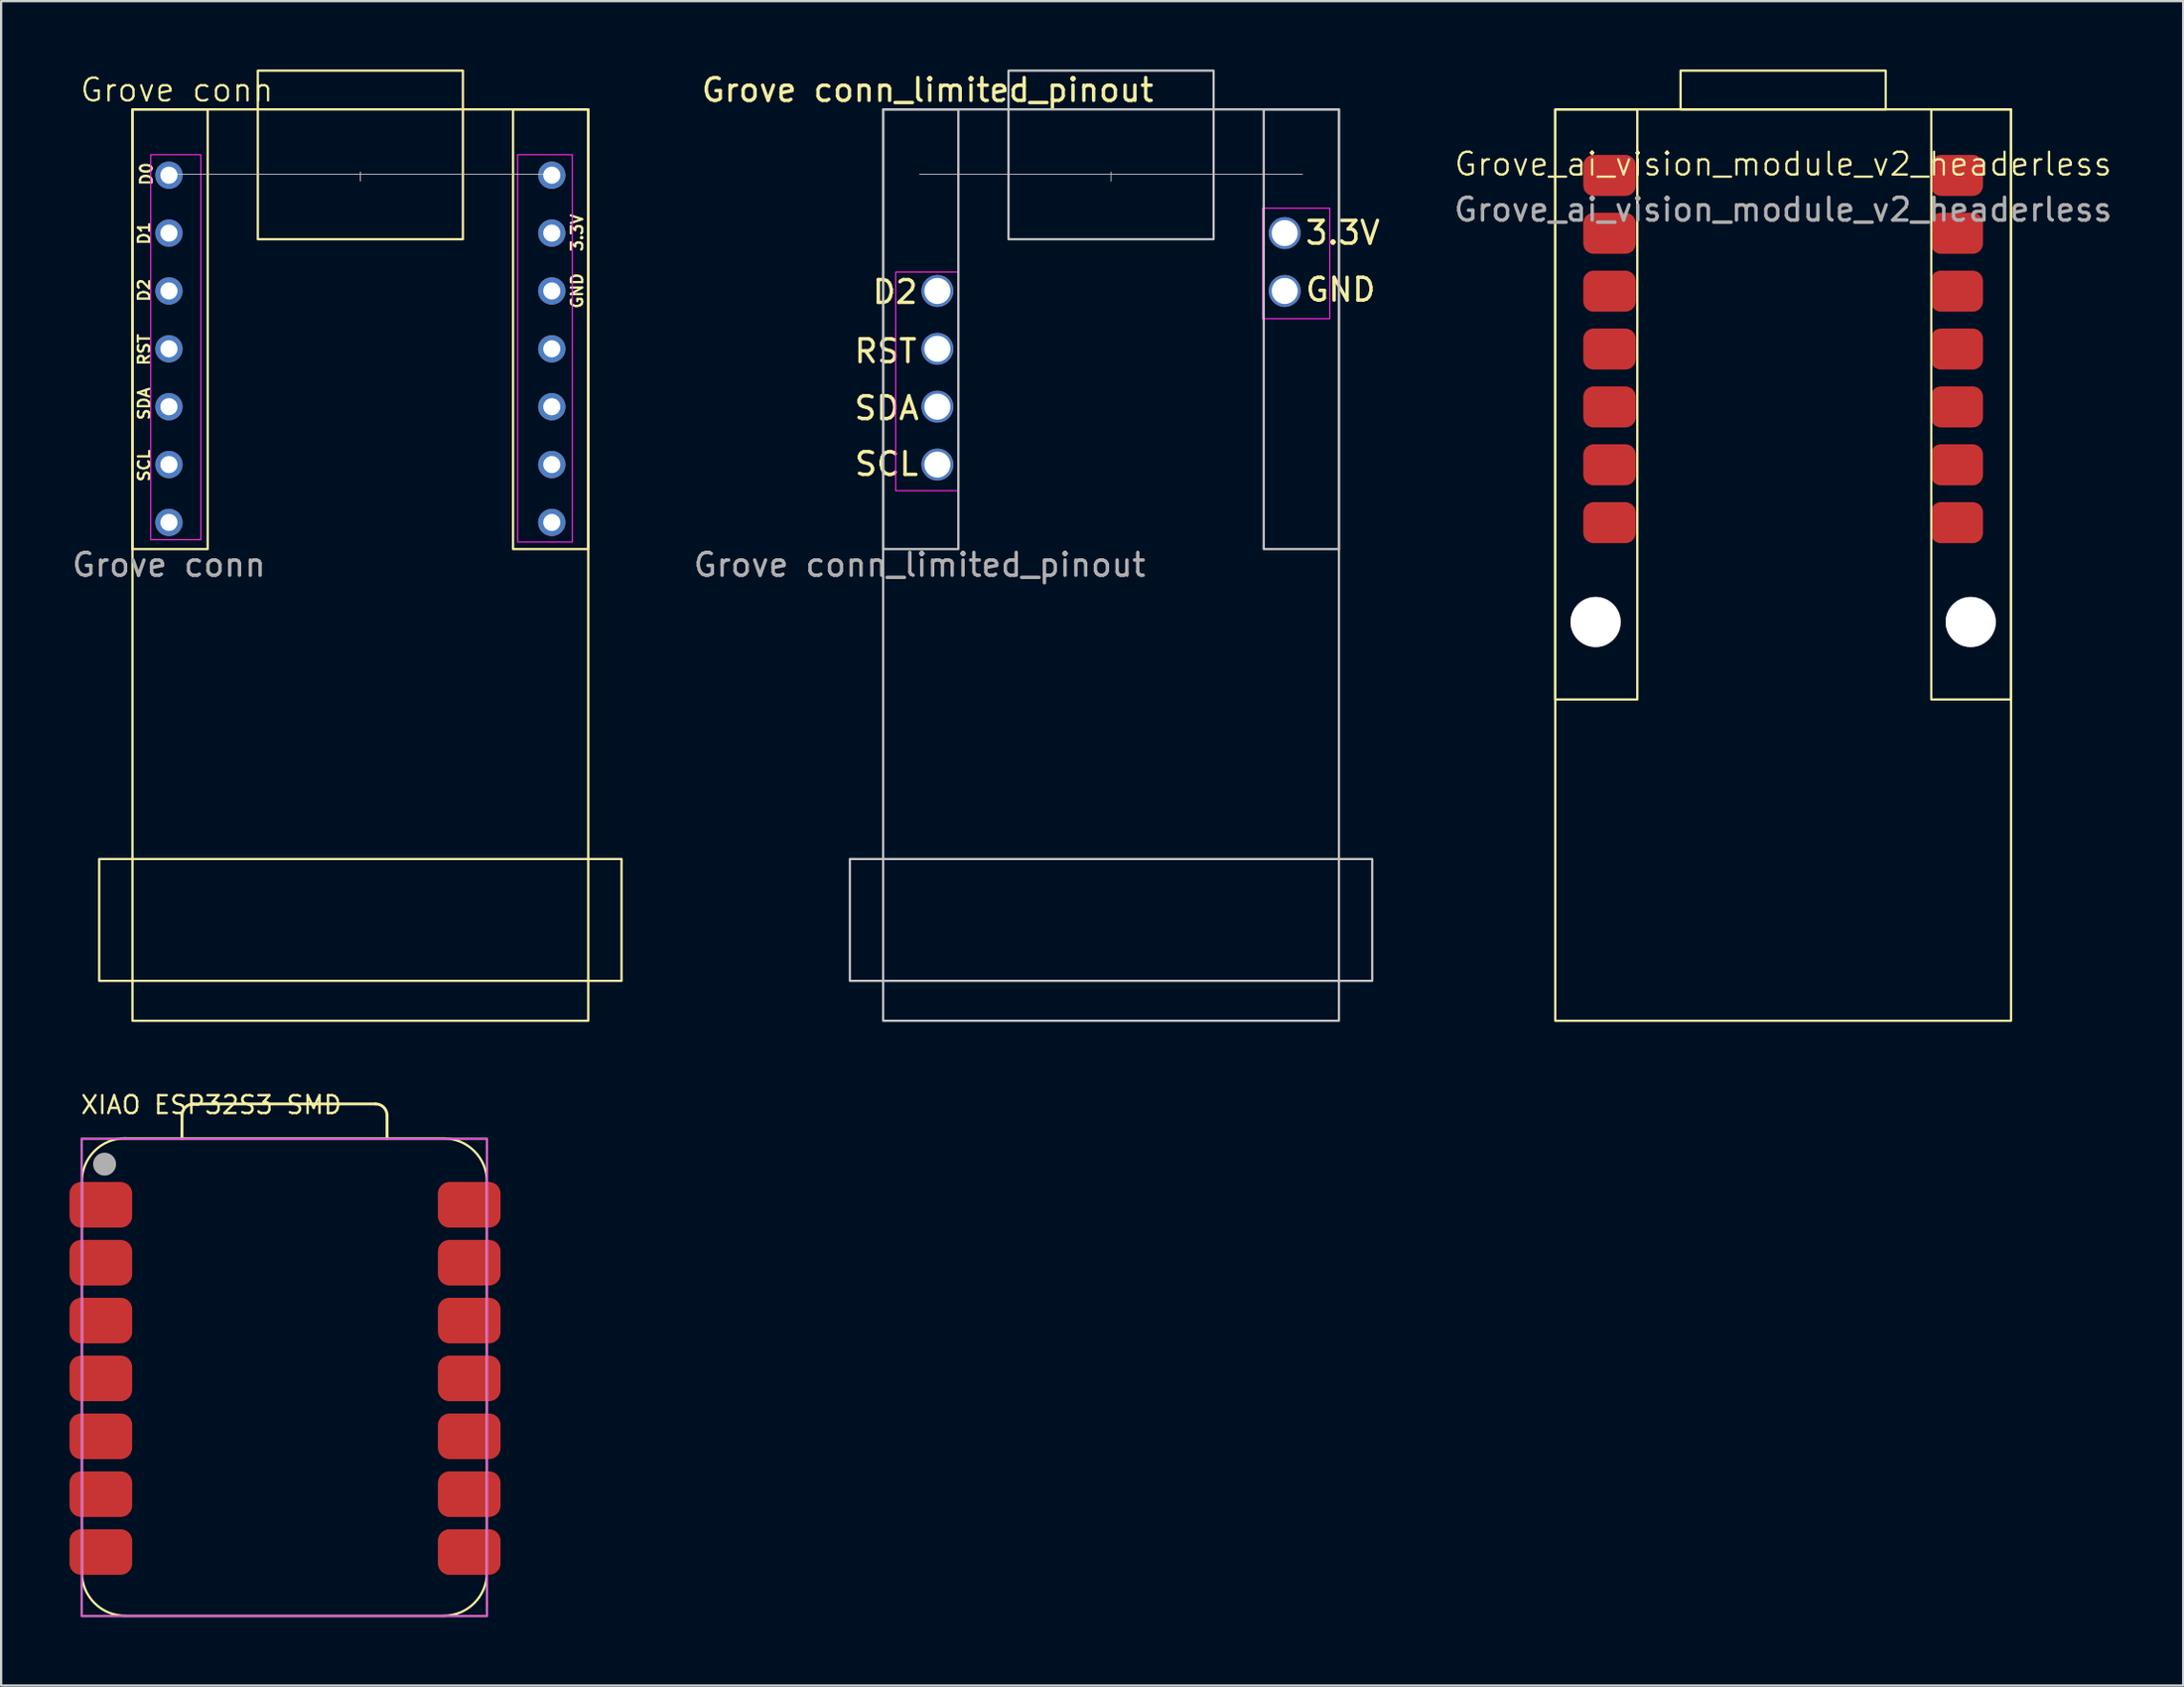
<source format=kicad_pcb>
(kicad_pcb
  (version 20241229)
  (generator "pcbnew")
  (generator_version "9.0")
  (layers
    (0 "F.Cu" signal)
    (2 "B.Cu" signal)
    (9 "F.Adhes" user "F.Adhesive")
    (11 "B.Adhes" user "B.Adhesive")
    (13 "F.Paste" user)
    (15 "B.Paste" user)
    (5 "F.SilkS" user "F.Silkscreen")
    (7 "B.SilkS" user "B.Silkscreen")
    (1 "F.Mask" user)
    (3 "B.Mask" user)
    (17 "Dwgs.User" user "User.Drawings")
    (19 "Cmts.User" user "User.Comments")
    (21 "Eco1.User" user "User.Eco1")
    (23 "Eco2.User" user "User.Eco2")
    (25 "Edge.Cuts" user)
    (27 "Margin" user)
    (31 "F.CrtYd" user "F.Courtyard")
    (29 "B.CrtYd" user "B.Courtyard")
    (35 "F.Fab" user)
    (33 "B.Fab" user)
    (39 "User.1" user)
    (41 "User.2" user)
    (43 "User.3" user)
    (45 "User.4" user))
  (footprint "Grove_ai_vision_module_v2_headerless"
    (layer "F.Cu")
    (at 75.195 4.65)
    (property "Reference" "Grove_ai_vision_module_v2_headerless" (at 0 -0.5 0) (unlocked yes) (layer "F.SilkS") (effects (font (size 1 1) (thickness 0.1))))
    (attr smd)
    (fp_rect (start -10 -2.9) (end -6.4 23) (stroke (width 0.1) (type default)) (fill no) (layer "F.SilkS"))
    (fp_rect (start -10 -2.9) (end 10 37.1) (stroke (width 0.1) (type default)) (fill no) (layer "F.SilkS"))
    (fp_rect (start -4.5 -2.9) (end 4.5 -4.6) (stroke (width 0.1) (type default)) (fill no) (layer "F.SilkS"))
    (fp_rect (start 10 -2.9) (end 6.5 23) (stroke (width 0.1) (type default)) (fill no) (layer "F.SilkS"))
    (fp_text user "${REFERENCE}" (at 0 1.5 0) (unlocked yes) (layer "F.Fab") (effects (font (size 1 1) (thickness 0.15))))
    (pad "" thru_hole circle (at -8.23 19.6) (size 2.2 2.2) (drill 2.2) (layers "*.Cu" "*.Mask"))
    (pad "" thru_hole circle (at 8.23 19.6) (size 2.2 2.2) (drill 2.2) (layers "*.Cu" "*.Mask"))
    (pad "1" smd roundrect (at -7.62 0) (size 2.3 1.8) (layers "F.Cu" "F.Mask" "F.Paste") (roundrect_rratio 0.25))
    (pad "2" smd roundrect (at -7.62 2.54) (size 2.3 1.8) (layers "F.Cu" "F.Mask" "F.Paste") (roundrect_rratio 0.25))
    (pad "3" smd roundrect (at -7.62 5.08) (size 2.3 1.8) (layers "F.Cu" "F.Mask" "F.Paste") (roundrect_rratio 0.25))
    (pad "4" smd roundrect (at -7.62 7.62) (size 2.3 1.8) (layers "F.Cu" "F.Mask" "F.Paste") (roundrect_rratio 0.25))
    (pad "5" smd roundrect (at -7.62 10.16) (size 2.3 1.8) (layers "F.Cu" "F.Mask" "F.Paste") (roundrect_rratio 0.25))
    (pad "6" smd roundrect (at -7.62 12.7) (size 2.3 1.8) (layers "F.Cu" "F.Mask" "F.Paste") (roundrect_rratio 0.25))
    (pad "7" smd roundrect (at -7.62 15.24) (size 2.3 1.8) (layers "F.Cu" "F.Mask" "F.Paste") (roundrect_rratio 0.25))
    (pad "8" smd roundrect (at 7.62 15.24) (size 2.3 1.8) (layers "F.Cu" "F.Mask" "F.Paste") (roundrect_rratio 0.25))
    (pad "9" smd roundrect (at 7.62 12.7) (size 2.3 1.8) (layers "F.Cu" "F.Mask" "F.Paste") (roundrect_rratio 0.25))
    (pad "10" smd roundrect (at 7.62 10.16) (size 2.3 1.8) (layers "F.Cu" "F.Mask" "F.Paste") (roundrect_rratio 0.25))
    (pad "11" smd roundrect (at 7.62 7.62) (size 2.3 1.8) (layers "F.Cu" "F.Mask" "F.Paste") (roundrect_rratio 0.25))
    (pad "12" smd roundrect (at 7.62 5.08) (size 2.3 1.8) (layers "F.Cu" "F.Mask" "F.Paste") (roundrect_rratio 0.25))
    (pad "13" smd roundrect (at 7.62 2.54) (size 2.3 1.8) (layers "F.Cu" "F.Mask" "F.Paste") (roundrect_rratio 0.25))
    (pad "14" smd roundrect (at 7.62 0) (size 2.3 1.8) (layers "F.Cu" "F.Mask" "F.Paste") (roundrect_rratio 0.25)))
  (footprint "XIAO ESP32S3 SMD"
    (layer "F.Cu")
    (at 9.436 57.402)
    (property "Reference" "XIAO ESP32S3 SMD" (at -9 -11.5 0) (layer "F.SilkS") (effects (font (size 0.782 0.782) (thickness 0.107)) (justify left bottom)))
    (fp_line (start -8.896 8.56) (end -8.896 -8.585) (stroke (width 0.1) (type solid)) (layer "F.SilkS"))
    (fp_line (start -6.991 10.465) (end 6.979 10.465) (stroke (width 0.1) (type solid)) (layer "F.SilkS"))
    (fp_line (start -4.501 -10.49) (end -4.498 -11.5) (stroke (width 0.127) (type solid)) (layer "F.SilkS"))
    (fp_line (start -3.998 -12) (end 3.998 -12) (stroke (width 0.127) (type solid)) (layer "F.SilkS"))
    (fp_line (start 4.498 -11.5) (end 4.498 -10.49) (stroke (width 0.127) (type solid)) (layer "F.SilkS"))
    (fp_line (start 6.979 -10.49) (end -6.991 -10.49) (stroke (width 0.1) (type solid)) (layer "F.SilkS"))
    (fp_line (start 8.884 8.56) (end 8.884 -8.585) (stroke (width 0.1) (type solid)) (layer "F.SilkS"))
    (fp_arc (start -8.896364 -8.589) (mid -8.338402 -9.936038) (end -6.991364 -10.494) (stroke (width 0.1) (type solid)) (layer "F.SilkS"))
    (fp_arc (start -6.991364 10.465) (mid -8.338402 9.907038) (end -8.896364 8.56) (stroke (width 0.1) (type solid)) (layer "F.SilkS"))
    (fp_arc (start -4.497636 -11.500272) (mid -4.351088 -11.853644) (end -3.997636 -12) (stroke (width 0.127) (type default)) (layer "F.SilkS"))
    (fp_arc (start 3.997636 -12) (mid 4.351189 -11.853553) (end 4.497636 -11.5) (stroke (width 0.127) (type default)) (layer "F.SilkS"))
    (fp_arc (start 6.978636 -10.49) (mid 8.325674 -9.932038) (end 8.883636 -8.585) (stroke (width 0.1) (type solid)) (layer "F.SilkS"))
    (fp_arc (start 8.883636 8.56) (mid 8.325674 9.907038) (end 6.978636 10.465) (stroke (width 0.1) (type solid)) (layer "F.SilkS"))
    (fp_rect (start -8.899 -10.475) (end 8.891 10.473) (stroke (width 0.05) (type default)) (fill no) (layer "F.CrtYd"))
    (fp_rect (start -8.901 -10.475) (end 8.883 10.476) (stroke (width 0.1) (type default)) (fill no) (layer "F.Fab"))
    (fp_circle (center -7.897 -9.358) (end -7.897 -9.612) (stroke (width 0.5) (type solid)) (fill no) (layer "F.Fab"))
    (pad "1" smd roundrect (at -8.061 -7.573) (size 2.75 2) (layers "F.Cu" "F.Mask" "F.Paste") (roundrect_rratio 0.25))
    (pad "2" smd roundrect (at -8.061 -5.033) (size 2.75 2) (layers "F.Cu" "F.Mask" "F.Paste") (roundrect_rratio 0.25))
    (pad "3" smd roundrect (at -8.061 -2.493) (size 2.75 2) (layers "F.Cu" "F.Mask" "F.Paste") (roundrect_rratio 0.25))
    (pad "4" smd roundrect (at -8.061 0.047) (size 2.75 2) (layers "F.Cu" "F.Mask" "F.Paste") (roundrect_rratio 0.25))
    (pad "5" smd roundrect (at -8.061 2.587) (size 2.75 2) (layers "F.Cu" "F.Mask" "F.Paste") (roundrect_rratio 0.25))
    (pad "6" smd roundrect (at -8.061 5.127) (size 2.75 2) (layers "F.Cu" "F.Mask" "F.Paste") (roundrect_rratio 0.25))
    (pad "7" smd roundrect (at -8.061 7.667) (size 2.75 2) (layers "F.Cu" "F.Mask" "F.Paste") (roundrect_rratio 0.25))
    (pad "8" smd roundrect (at 8.104 7.667) (size 2.75 2) (layers "F.Cu" "F.Mask" "F.Paste") (roundrect_rratio 0.25))
    (pad "9" smd roundrect (at 8.104 5.127) (size 2.75 2) (layers "F.Cu" "F.Mask" "F.Paste") (roundrect_rratio 0.25))
    (pad "10" smd roundrect (at 8.104 2.587) (size 2.75 2) (layers "F.Cu" "F.Mask" "F.Paste") (roundrect_rratio 0.25))
    (pad "11" smd roundrect (at 8.104 0.047) (size 2.75 2) (layers "F.Cu" "F.Mask" "F.Paste") (roundrect_rratio 0.25))
    (pad "12" smd roundrect (at 8.104 -2.493) (size 2.75 2) (layers "F.Cu" "F.Mask" "F.Paste") (roundrect_rratio 0.25))
    (pad "13" smd roundrect (at 8.104 -5.033) (size 2.75 2) (layers "F.Cu" "F.Mask" "F.Paste") (roundrect_rratio 0.25))
    (pad "14" smd roundrect (at 8.104 -7.573) (size 2.75 2) (layers "F.Cu" "F.Mask" "F.Paste") (roundrect_rratio 0.25)))
  (footprint "Grove conn"
    (layer "F.Cu")
    (at 12.763 4.6)
    (property "Reference" "Grove conn" (at -8.05 -3.7 0) (unlocked yes) (layer "F.SilkS") (effects (font (size 1 1) (thickness 0.1))))
    (attr through_hole)
    (fp_rect (start -11.46 30.05) (end 11.46 35.4) (stroke (width 0.1) (type default)) (fill no) (layer "F.SilkS"))
    (fp_rect (start -10 -2.85) (end -6.7 16.45) (stroke (width 0.1) (type default)) (fill no) (layer "F.SilkS"))
    (fp_rect (start -10 -2.85) (end 10 37.15) (stroke (width 0.1) (type default)) (fill no) (layer "F.SilkS"))
    (fp_rect (start -4.5 -4.55) (end 4.5 2.85) (stroke (width 0.1) (type default)) (fill no) (layer "F.SilkS"))
    (fp_rect (start 6.7 -2.85) (end 10 16.45) (stroke (width 0.1) (type default)) (fill no) (layer "F.SilkS"))
    (fp_line (start -8.4 0) (end 8.4 0) (stroke (width 0.04) (type default)) (layer "Dwgs.User"))
    (fp_line (start 0 -0.1) (end 0 0.3) (stroke (width 0.04) (type default)) (layer "Dwgs.User"))
    (fp_rect (start -9.2 -0.86) (end -7 16.04) (stroke (width 0.05) (type default)) (fill no) (layer "F.CrtYd"))
    (fp_rect (start 6.9 -0.86) (end 9.3 16.14) (stroke (width 0.05) (type default)) (fill no) (layer "F.CrtYd"))
    (fp_text user "RST" (at -9.2 8.44 90) (unlocked yes) (layer "F.SilkS") (effects (font (size 0.5 0.5) (thickness 0.1)) (justify left bottom)))
    (fp_text user "SDA" (at -9.2 10.84 90) (unlocked yes) (layer "F.SilkS") (effects (font (size 0.5 0.5) (thickness 0.1)) (justify left bottom)))
    (fp_text user "3.3V" (at 9.8 3.44 90) (unlocked yes) (layer "F.SilkS") (effects (font (size 0.5 0.5) (thickness 0.1)) (justify left bottom)))
    (fp_text user "D1" (at -9.2 3.14 90) (unlocked yes) (layer "F.SilkS") (effects (font (size 0.5 0.5) (thickness 0.1)) (justify left bottom)))
    (fp_text user "D2" (at -9.2 5.64 90) (unlocked yes) (layer "F.SilkS") (effects (font (size 0.5 0.5) (thickness 0.1)) (justify left bottom)))
    (fp_text user "SCL" (at -9.2 13.54 90) (unlocked yes) (layer "F.SilkS") (effects (font (size 0.5 0.5) (thickness 0.1)) (justify left bottom)))
    (fp_text user "GND" (at 9.8 5.94 90) (unlocked yes) (layer "F.SilkS") (effects (font (size 0.5 0.5) (thickness 0.1)) (justify left bottom)))
    (fp_text user "D0" (at -9.1 0.54 90) (unlocked yes) (layer "F.SilkS") (effects (font (size 0.5 0.5) (thickness 0.1)) (justify left bottom)))
    (fp_text user "${REFERENCE}" (at -8.4 17.14 0) (unlocked yes) (layer "F.Fab") (effects (font (size 1 1) (thickness 0.15))))
    (pad "1" thru_hole circle (at -8.4 0.04) (size 1.2 1.2) (drill 0.75) (layers "*.Cu" "*.Mask"))
    (pad "2" thru_hole circle (at -8.4 2.58) (size 1.2 1.2) (drill 0.75) (layers "*.Cu" "*.Mask"))
    (pad "3" thru_hole circle (at -8.4 5.12) (size 1.2 1.2) (drill 0.75) (layers "*.Cu" "*.Mask"))
    (pad "4" thru_hole circle (at -8.4 7.66) (size 1.2 1.2) (drill 0.75) (layers "*.Cu" "*.Mask"))
    (pad "5" thru_hole circle (at -8.4 10.2) (size 1.2 1.2) (drill 0.75) (layers "*.Cu" "*.Mask"))
    (pad "6" thru_hole circle (at -8.4 12.74) (size 1.2 1.2) (drill 0.75) (layers "*.Cu" "*.Mask"))
    (pad "7" thru_hole circle (at -8.4 15.28) (size 1.2 1.2) (drill 0.75) (layers "*.Cu" "*.Mask"))
    (pad "8" thru_hole circle (at 8.4 15.28) (size 1.2 1.2) (drill 0.75) (layers "*.Cu" "*.Mask"))
    (pad "9" thru_hole circle (at 8.4 12.74) (size 1.2 1.2) (drill 0.75) (layers "*.Cu" "*.Mask"))
    (pad "10" thru_hole circle (at 8.4 10.2) (size 1.2 1.2) (drill 0.75) (layers "*.Cu" "*.Mask"))
    (pad "11" thru_hole circle (at 8.4 7.66) (size 1.2 1.2) (drill 0.75) (layers "*.Cu" "*.Mask"))
    (pad "12" thru_hole circle (at 8.4 5.12) (size 1.2 1.2) (drill 0.75) (layers "*.Cu" "*.Mask"))
    (pad "13" thru_hole circle (at 8.4 2.58) (size 1.2 1.2) (drill 0.75) (layers "*.Cu" "*.Mask"))
    (pad "14" thru_hole circle (at 8.4 0.04) (size 1.2 1.2) (drill 0.75) (layers "*.Cu" "*.Mask")))
  (footprint "Grove conn_limited_pinout"
    (layer "F.Cu")
    (at 45.703 4.6)
    (property "Reference" "Grove conn_limited_pinout" (at -8.05 -3.7 0) (unlocked yes) (layer "F.SilkS") (effects (font (size 1 1) (thickness 0.15))))
    (attr through_hole)
    (fp_line (start -8.4 0) (end 8.4 0) (stroke (width 0.04) (type default)) (layer "Dwgs.User"))
    (fp_line (start 0 -0.1) (end 0 0.3) (stroke (width 0.04) (type default)) (layer "Dwgs.User"))
    (fp_rect (start -11.46 30.05) (end 11.46 35.4) (stroke (width 0.1) (type default)) (fill no) (layer "Dwgs.User"))
    (fp_rect (start -10 -2.85) (end -6.7 16.45) (stroke (width 0.1) (type default)) (fill no) (layer "Dwgs.User"))
    (fp_rect (start -10 -2.85) (end 10 37.15) (stroke (width 0.1) (type default)) (fill no) (layer "Dwgs.User"))
    (fp_rect (start -4.5 -4.55) (end 4.5 2.85) (stroke (width 0.1) (type default)) (fill no) (layer "Dwgs.User"))
    (fp_rect (start 6.7 -2.85) (end 10 16.45) (stroke (width 0.1) (type default)) (fill no) (layer "Dwgs.User"))
    (fp_rect (start -9.45 4.29) (end -6.7 13.89) (stroke (width 0.05) (type default)) (fill no) (layer "F.CrtYd"))
    (fp_rect (start 6.65 1.49) (end 9.6 6.34) (stroke (width 0.05) (type default)) (fill no) (layer "F.CrtYd"))
    (fp_text user "RST" (at -11.35 8.35 0) (unlocked yes) (layer "F.SilkS") (effects (font (size 1 1) (thickness 0.15)) (justify left bottom)))
    (fp_text user "3.3V" (at 8.45 3.15 0) (unlocked yes) (layer "F.SilkS") (effects (font (size 1 1) (thickness 0.15)) (justify left bottom)))
    (fp_text user "GND" (at 8.45 5.65 0) (unlocked yes) (layer "F.SilkS") (effects (font (size 1 1) (thickness 0.15)) (justify left bottom)))
    (fp_text user "D2" (at -10.55 5.75 0) (unlocked yes) (layer "F.SilkS") (effects (font (size 1 1) (thickness 0.15)) (justify left bottom)))
    (fp_text user "SDA" (at -11.35 10.85 0) (unlocked yes) (layer "F.SilkS") (effects (font (size 1 1) (thickness 0.15)) (justify left bottom)))
    (fp_text user "SCL" (at -9.85 13.3 0) (unlocked yes) (layer "F.SilkS") (effects (font (size 1 1) (thickness 0.15)) (justify bottom)))
    (fp_text user "${REFERENCE}" (at -8.4 17.14 0) (unlocked yes) (layer "F.Fab") (effects (font (size 1 1) (thickness 0.15))))
    (pad "3" thru_hole circle (at -7.62 5.12) (size 1.4 1.4) (drill 1.143) (layers "*.Cu" "*.Mask"))
    (pad "4" thru_hole circle (at -7.62 7.66) (size 1.4 1.4) (drill 1.143) (layers "*.Cu" "*.Mask"))
    (pad "5" thru_hole circle (at -7.62 10.2) (size 1.4 1.4) (drill 1.143) (layers "*.Cu" "*.Mask"))
    (pad "6" thru_hole circle (at -7.62 12.74) (size 1.4 1.4) (drill 1.143) (layers "*.Cu" "*.Mask"))
    (pad "12" thru_hole circle (at 7.62 5.12) (size 1.4 1.4) (drill 1.143) (layers "*.Cu" "*.Mask"))
    (pad "13" thru_hole circle (at 7.62 2.58) (size 1.4 1.4) (drill 1.143) (layers "*.Cu" "*.Mask")))
  (gr_rect
    (start -3 -3)
    (end 92.748 70.928)
    (stroke (width 0.1) (type default))
    (fill no)
    (layer "Edge.Cuts")))
</source>
